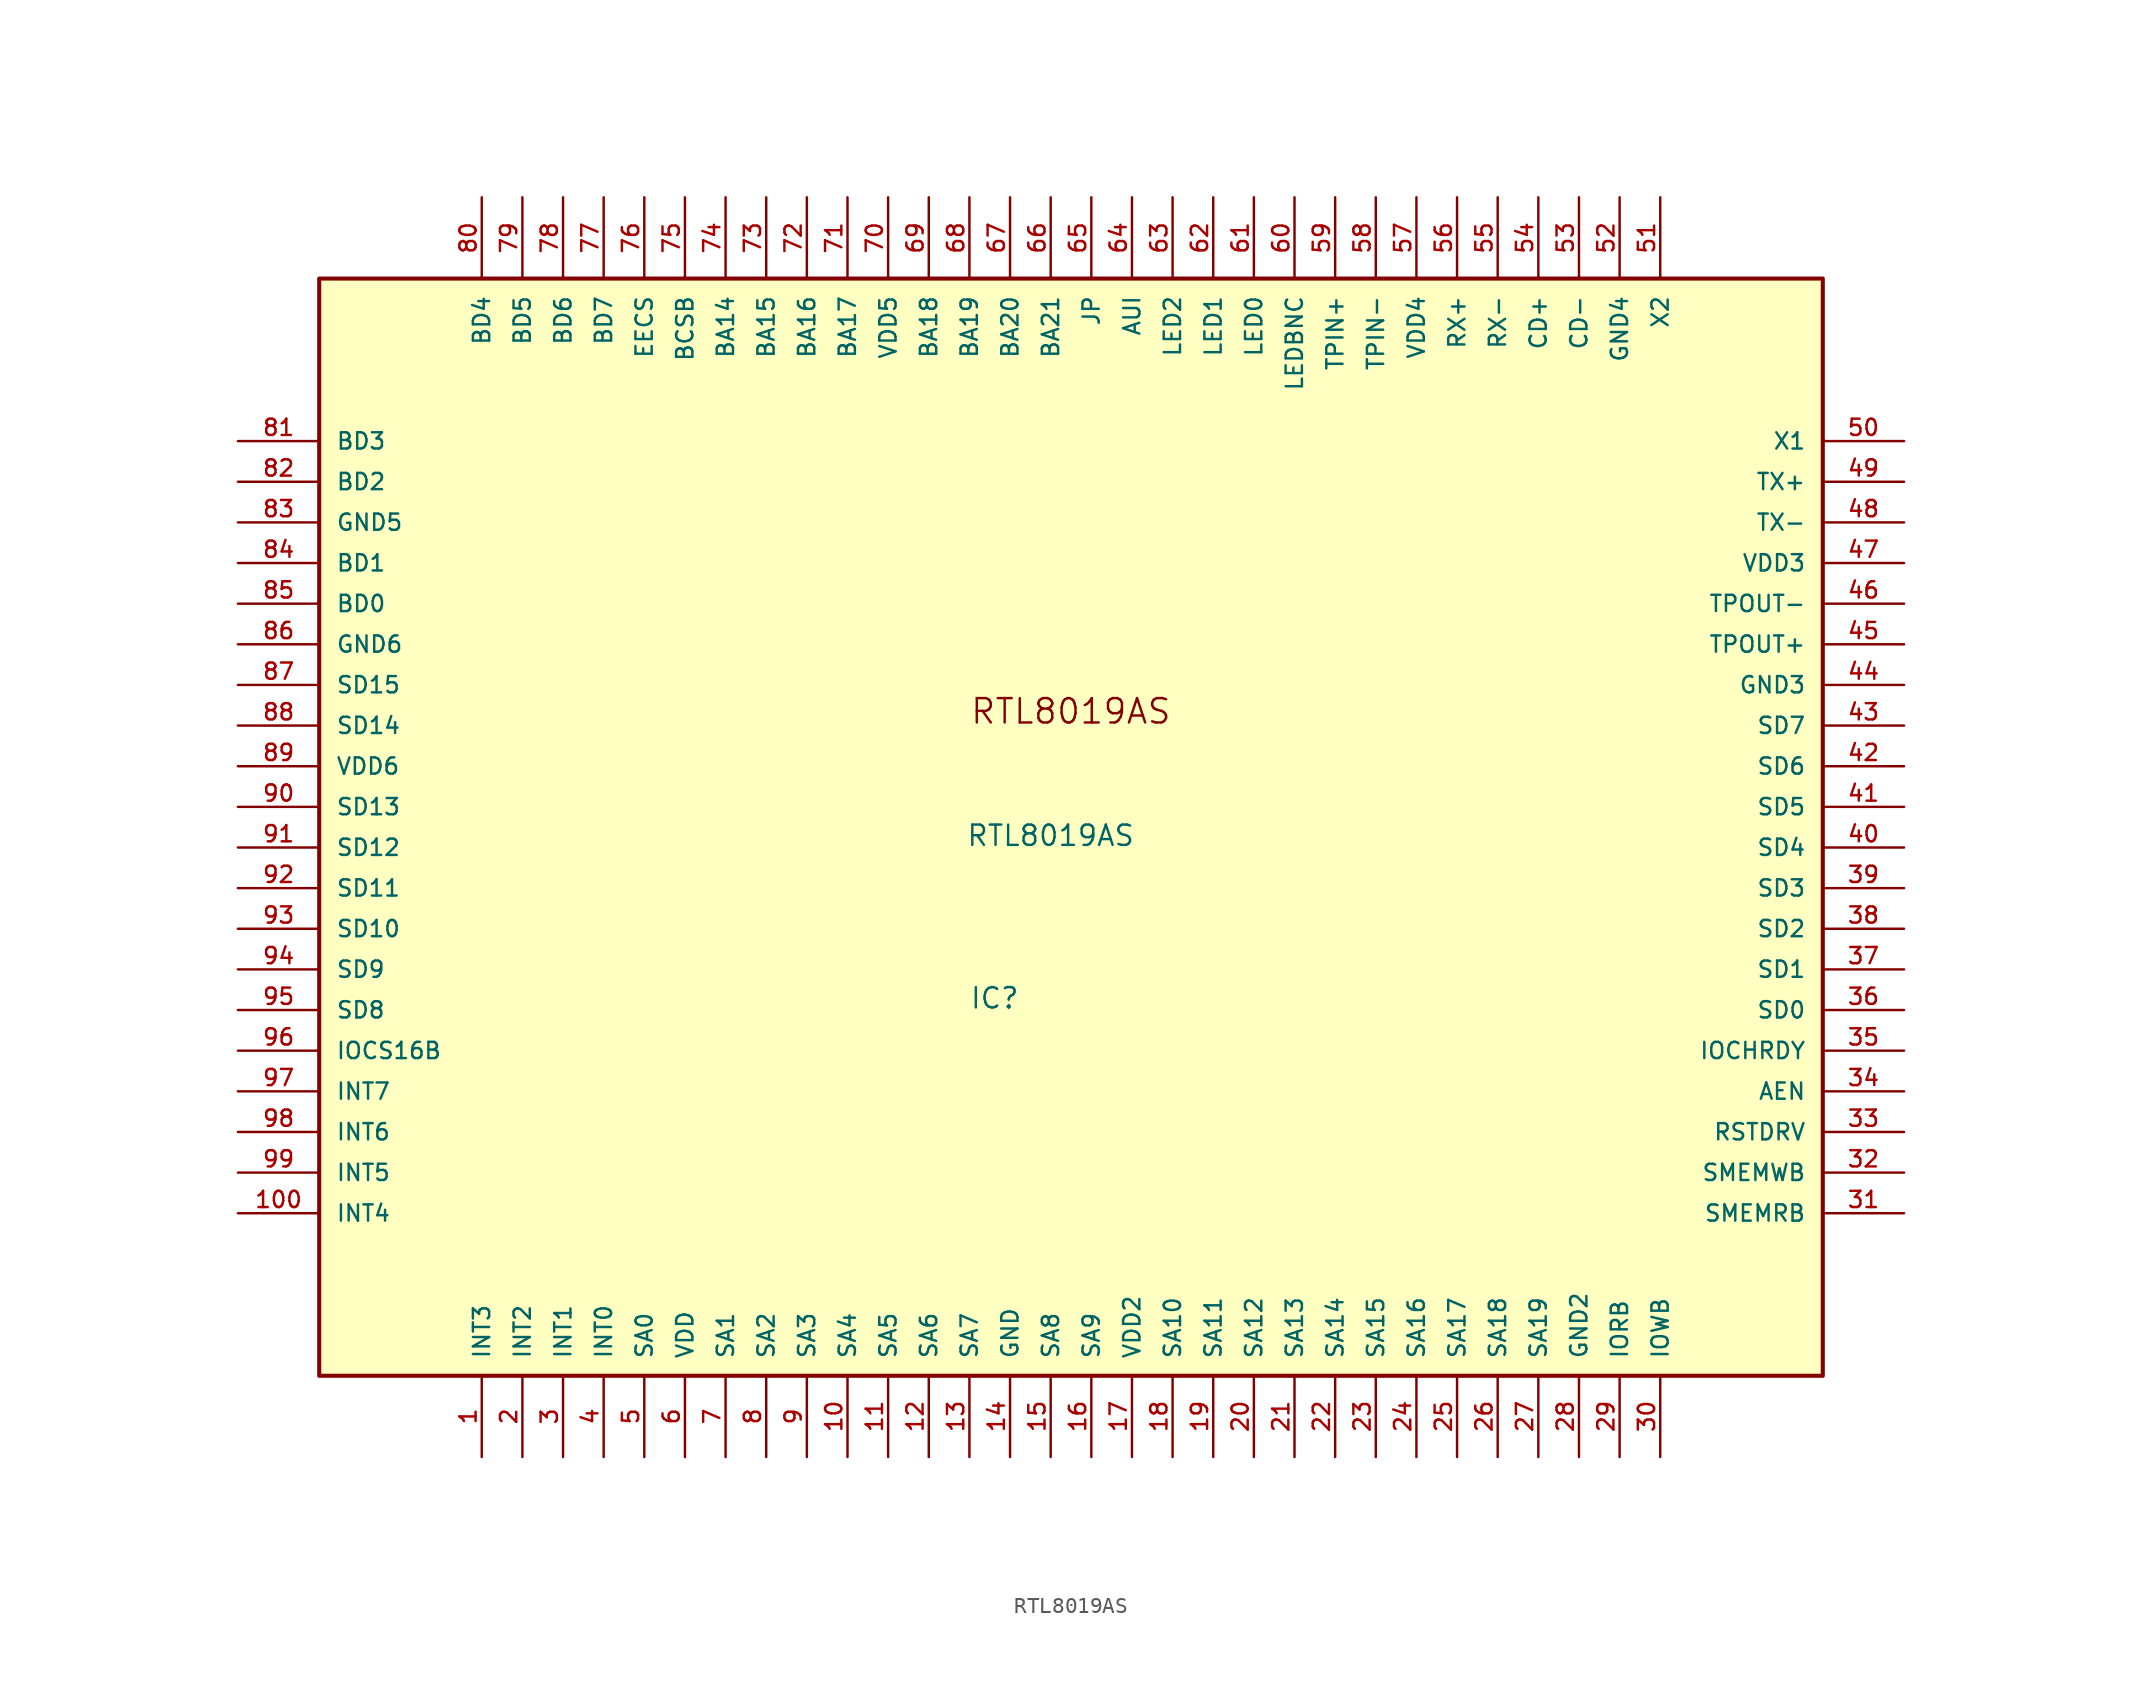
<source format=kicad_sym>
(kicad_symbol_lib
  (version 20211014)
  (generator kicad_symbol_editor)
  (symbol "RTL8019AS"
    (pin_names
      (offset 1.016))
    (property "Reference" "IC"
      (at -5.08 -10.16 0)
      (effects (font (size 1.27 1.27)) (justify bottom left)))
    (property "Value" "RTL8019AS"
      (at 0 0.0 0)
      (effects (font (size 1.27 1.27)) (justify bottom)))
    (symbol "RTL8019AS_0_0"
      (text "RTL8019AS" (at -5.08 7.62 0) (effects (font (size 1.524 1.524)) (justify bottom left)))
      (rectangle (start -45.72 -33.02) (end 48.26 35.56) (stroke (width 0.254)) (fill (type background)))
      (pin bidirectional line (at 53.34 -15.24 180.0) (length 5.08) (name "AEN" (effects (font (size 1.016 1.016)))) (number "34" (effects (font (size 1.016 1.016)))))
      (pin bidirectional line (at 5.08 40.64 270.0) (length 5.08) (name "AUI" (effects (font (size 1.016 1.016)))) (number "64" (effects (font (size 1.016 1.016)))))
      (pin bidirectional line (at -20.32 40.64 270.0) (length 5.08) (name "BA14" (effects (font (size 1.016 1.016)))) (number "74" (effects (font (size 1.016 1.016)))))
      (pin bidirectional line (at -17.78 40.64 270.0) (length 5.08) (name "BA15" (effects (font (size 1.016 1.016)))) (number "73" (effects (font (size 1.016 1.016)))))
      (pin bidirectional line (at -15.24 40.64 270.0) (length 5.08) (name "BA16" (effects (font (size 1.016 1.016)))) (number "72" (effects (font (size 1.016 1.016)))))
      (pin bidirectional line (at -12.7 40.64 270.0) (length 5.08) (name "BA17" (effects (font (size 1.016 1.016)))) (number "71" (effects (font (size 1.016 1.016)))))
      (pin bidirectional line (at -7.62 40.64 270.0) (length 5.08) (name "BA18" (effects (font (size 1.016 1.016)))) (number "69" (effects (font (size 1.016 1.016)))))
      (pin bidirectional line (at -5.08 40.64 270.0) (length 5.08) (name "BA19" (effects (font (size 1.016 1.016)))) (number "68" (effects (font (size 1.016 1.016)))))
      (pin bidirectional line (at -2.54 40.64 270.0) (length 5.08) (name "BA20" (effects (font (size 1.016 1.016)))) (number "67" (effects (font (size 1.016 1.016)))))
      (pin bidirectional line (at 0.0 40.64 270.0) (length 5.08) (name "BA21" (effects (font (size 1.016 1.016)))) (number "66" (effects (font (size 1.016 1.016)))))
      (pin bidirectional line (at -22.86 40.64 270.0) (length 5.08) (name "BCSB" (effects (font (size 1.016 1.016)))) (number "75" (effects (font (size 1.016 1.016)))))
      (pin bidirectional line (at -50.8 15.24 0) (length 5.08) (name "BD0" (effects (font (size 1.016 1.016)))) (number "85" (effects (font (size 1.016 1.016)))))
      (pin bidirectional line (at -50.8 17.78 0) (length 5.08) (name "BD1" (effects (font (size 1.016 1.016)))) (number "84" (effects (font (size 1.016 1.016)))))
      (pin bidirectional line (at -50.8 22.86 0) (length 5.08) (name "BD2" (effects (font (size 1.016 1.016)))) (number "82" (effects (font (size 1.016 1.016)))))
      (pin bidirectional line (at -50.8 25.4 0) (length 5.08) (name "BD3" (effects (font (size 1.016 1.016)))) (number "81" (effects (font (size 1.016 1.016)))))
      (pin bidirectional line (at -35.56 40.64 270.0) (length 5.08) (name "BD4" (effects (font (size 1.016 1.016)))) (number "80" (effects (font (size 1.016 1.016)))))
      (pin bidirectional line (at -33.02 40.64 270.0) (length 5.08) (name "BD5" (effects (font (size 1.016 1.016)))) (number "79" (effects (font (size 1.016 1.016)))))
      (pin bidirectional line (at -30.48 40.64 270.0) (length 5.08) (name "BD6" (effects (font (size 1.016 1.016)))) (number "78" (effects (font (size 1.016 1.016)))))
      (pin bidirectional line (at -27.94 40.64 270.0) (length 5.08) (name "BD7" (effects (font (size 1.016 1.016)))) (number "77" (effects (font (size 1.016 1.016)))))
      (pin bidirectional line (at 30.48 40.64 270.0) (length 5.08) (name "CD+" (effects (font (size 1.016 1.016)))) (number "54" (effects (font (size 1.016 1.016)))))
      (pin bidirectional line (at 33.02 40.64 270.0) (length 5.08) (name "CD-" (effects (font (size 1.016 1.016)))) (number "53" (effects (font (size 1.016 1.016)))))
      (pin bidirectional line (at -25.4 40.64 270.0) (length 5.08) (name "EECS" (effects (font (size 1.016 1.016)))) (number "76" (effects (font (size 1.016 1.016)))))
      (pin power_in line (at -2.54 -38.1 90.0) (length 5.08) (name "GND" (effects (font (size 1.016 1.016)))) (number "14" (effects (font (size 1.016 1.016)))))
      (pin power_in line (at 33.02 -38.1 90.0) (length 5.08) (name "GND2" (effects (font (size 1.016 1.016)))) (number "28" (effects (font (size 1.016 1.016)))))
      (pin power_in line (at 53.34 10.16 180.0) (length 5.08) (name "GND3" (effects (font (size 1.016 1.016)))) (number "44" (effects (font (size 1.016 1.016)))))
      (pin power_in line (at 35.56 40.64 270.0) (length 5.08) (name "GND4" (effects (font (size 1.016 1.016)))) (number "52" (effects (font (size 1.016 1.016)))))
      (pin power_in line (at -50.8 20.32 0) (length 5.08) (name "GND5" (effects (font (size 1.016 1.016)))) (number "83" (effects (font (size 1.016 1.016)))))
      (pin power_in line (at -50.8 12.7 0) (length 5.08) (name "GND6" (effects (font (size 1.016 1.016)))) (number "86" (effects (font (size 1.016 1.016)))))
      (pin bidirectional line (at -27.94 -38.1 90.0) (length 5.08) (name "INT0" (effects (font (size 1.016 1.016)))) (number "4" (effects (font (size 1.016 1.016)))))
      (pin bidirectional line (at -30.48 -38.1 90.0) (length 5.08) (name "INT1" (effects (font (size 1.016 1.016)))) (number "3" (effects (font (size 1.016 1.016)))))
      (pin bidirectional line (at -33.02 -38.1 90.0) (length 5.08) (name "INT2" (effects (font (size 1.016 1.016)))) (number "2" (effects (font (size 1.016 1.016)))))
      (pin bidirectional line (at -35.56 -38.1 90.0) (length 5.08) (name "INT3" (effects (font (size 1.016 1.016)))) (number "1" (effects (font (size 1.016 1.016)))))
      (pin bidirectional line (at -50.8 -22.86 0) (length 5.08) (name "INT4" (effects (font (size 1.016 1.016)))) (number "100" (effects (font (size 1.016 1.016)))))
      (pin bidirectional line (at -50.8 -20.32 0) (length 5.08) (name "INT5" (effects (font (size 1.016 1.016)))) (number "99" (effects (font (size 1.016 1.016)))))
      (pin bidirectional line (at -50.8 -17.78 0) (length 5.08) (name "INT6" (effects (font (size 1.016 1.016)))) (number "98" (effects (font (size 1.016 1.016)))))
      (pin bidirectional line (at -50.8 -15.24 0) (length 5.08) (name "INT7" (effects (font (size 1.016 1.016)))) (number "97" (effects (font (size 1.016 1.016)))))
      (pin bidirectional line (at 53.34 -12.7 180.0) (length 5.08) (name "IOCHRDY" (effects (font (size 1.016 1.016)))) (number "35" (effects (font (size 1.016 1.016)))))
      (pin bidirectional line (at -50.8 -12.7 0) (length 5.08) (name "IOCS16B" (effects (font (size 1.016 1.016)))) (number "96" (effects (font (size 1.016 1.016)))))
      (pin bidirectional line (at 35.56 -38.1 90.0) (length 5.08) (name "IORB" (effects (font (size 1.016 1.016)))) (number "29" (effects (font (size 1.016 1.016)))))
      (pin bidirectional line (at 38.1 -38.1 90.0) (length 5.08) (name "IOWB" (effects (font (size 1.016 1.016)))) (number "30" (effects (font (size 1.016 1.016)))))
      (pin bidirectional line (at 2.54 40.64 270.0) (length 5.08) (name "JP" (effects (font (size 1.016 1.016)))) (number "65" (effects (font (size 1.016 1.016)))))
      (pin bidirectional line (at 12.7 40.64 270.0) (length 5.08) (name "LED0" (effects (font (size 1.016 1.016)))) (number "61" (effects (font (size 1.016 1.016)))))
      (pin bidirectional line (at 10.16 40.64 270.0) (length 5.08) (name "LED1" (effects (font (size 1.016 1.016)))) (number "62" (effects (font (size 1.016 1.016)))))
      (pin bidirectional line (at 7.62 40.64 270.0) (length 5.08) (name "LED2" (effects (font (size 1.016 1.016)))) (number "63" (effects (font (size 1.016 1.016)))))
      (pin bidirectional line (at 15.24 40.64 270.0) (length 5.08) (name "LEDBNC" (effects (font (size 1.016 1.016)))) (number "60" (effects (font (size 1.016 1.016)))))
      (pin bidirectional line (at 53.34 -17.78 180.0) (length 5.08) (name "RSTDRV" (effects (font (size 1.016 1.016)))) (number "33" (effects (font (size 1.016 1.016)))))
      (pin bidirectional line (at 25.4 40.64 270.0) (length 5.08) (name "RX+" (effects (font (size 1.016 1.016)))) (number "56" (effects (font (size 1.016 1.016)))))
      (pin bidirectional line (at 27.94 40.64 270.0) (length 5.08) (name "RX-" (effects (font (size 1.016 1.016)))) (number "55" (effects (font (size 1.016 1.016)))))
      (pin bidirectional line (at -25.4 -38.1 90.0) (length 5.08) (name "SA0" (effects (font (size 1.016 1.016)))) (number "5" (effects (font (size 1.016 1.016)))))
      (pin bidirectional line (at -20.32 -38.1 90.0) (length 5.08) (name "SA1" (effects (font (size 1.016 1.016)))) (number "7" (effects (font (size 1.016 1.016)))))
      (pin bidirectional line (at -17.78 -38.1 90.0) (length 5.08) (name "SA2" (effects (font (size 1.016 1.016)))) (number "8" (effects (font (size 1.016 1.016)))))
      (pin bidirectional line (at -15.24 -38.1 90.0) (length 5.08) (name "SA3" (effects (font (size 1.016 1.016)))) (number "9" (effects (font (size 1.016 1.016)))))
      (pin bidirectional line (at -12.7 -38.1 90.0) (length 5.08) (name "SA4" (effects (font (size 1.016 1.016)))) (number "10" (effects (font (size 1.016 1.016)))))
      (pin bidirectional line (at -10.16 -38.1 90.0) (length 5.08) (name "SA5" (effects (font (size 1.016 1.016)))) (number "11" (effects (font (size 1.016 1.016)))))
      (pin bidirectional line (at -7.62 -38.1 90.0) (length 5.08) (name "SA6" (effects (font (size 1.016 1.016)))) (number "12" (effects (font (size 1.016 1.016)))))
      (pin bidirectional line (at -5.08 -38.1 90.0) (length 5.08) (name "SA7" (effects (font (size 1.016 1.016)))) (number "13" (effects (font (size 1.016 1.016)))))
      (pin bidirectional line (at 0.0 -38.1 90.0) (length 5.08) (name "SA8" (effects (font (size 1.016 1.016)))) (number "15" (effects (font (size 1.016 1.016)))))
      (pin bidirectional line (at 2.54 -38.1 90.0) (length 5.08) (name "SA9" (effects (font (size 1.016 1.016)))) (number "16" (effects (font (size 1.016 1.016)))))
      (pin bidirectional line (at 7.62 -38.1 90.0) (length 5.08) (name "SA10" (effects (font (size 1.016 1.016)))) (number "18" (effects (font (size 1.016 1.016)))))
      (pin bidirectional line (at 10.16 -38.1 90.0) (length 5.08) (name "SA11" (effects (font (size 1.016 1.016)))) (number "19" (effects (font (size 1.016 1.016)))))
      (pin bidirectional line (at 12.7 -38.1 90.0) (length 5.08) (name "SA12" (effects (font (size 1.016 1.016)))) (number "20" (effects (font (size 1.016 1.016)))))
      (pin bidirectional line (at 15.24 -38.1 90.0) (length 5.08) (name "SA13" (effects (font (size 1.016 1.016)))) (number "21" (effects (font (size 1.016 1.016)))))
      (pin bidirectional line (at 17.78 -38.1 90.0) (length 5.08) (name "SA14" (effects (font (size 1.016 1.016)))) (number "22" (effects (font (size 1.016 1.016)))))
      (pin bidirectional line (at 20.32 -38.1 90.0) (length 5.08) (name "SA15" (effects (font (size 1.016 1.016)))) (number "23" (effects (font (size 1.016 1.016)))))
      (pin bidirectional line (at 22.86 -38.1 90.0) (length 5.08) (name "SA16" (effects (font (size 1.016 1.016)))) (number "24" (effects (font (size 1.016 1.016)))))
      (pin bidirectional line (at 25.4 -38.1 90.0) (length 5.08) (name "SA17" (effects (font (size 1.016 1.016)))) (number "25" (effects (font (size 1.016 1.016)))))
      (pin bidirectional line (at 27.94 -38.1 90.0) (length 5.08) (name "SA18" (effects (font (size 1.016 1.016)))) (number "26" (effects (font (size 1.016 1.016)))))
      (pin bidirectional line (at 30.48 -38.1 90.0) (length 5.08) (name "SA19" (effects (font (size 1.016 1.016)))) (number "27" (effects (font (size 1.016 1.016)))))
      (pin bidirectional line (at 53.34 -10.16 180.0) (length 5.08) (name "SD0" (effects (font (size 1.016 1.016)))) (number "36" (effects (font (size 1.016 1.016)))))
      (pin bidirectional line (at 53.34 -7.62 180.0) (length 5.08) (name "SD1" (effects (font (size 1.016 1.016)))) (number "37" (effects (font (size 1.016 1.016)))))
      (pin bidirectional line (at 53.34 -5.08 180.0) (length 5.08) (name "SD2" (effects (font (size 1.016 1.016)))) (number "38" (effects (font (size 1.016 1.016)))))
      (pin bidirectional line (at 53.34 -2.54 180.0) (length 5.08) (name "SD3" (effects (font (size 1.016 1.016)))) (number "39" (effects (font (size 1.016 1.016)))))
      (pin bidirectional line (at 53.34 0.0 180.0) (length 5.08) (name "SD4" (effects (font (size 1.016 1.016)))) (number "40" (effects (font (size 1.016 1.016)))))
      (pin bidirectional line (at 53.34 2.54 180.0) (length 5.08) (name "SD5" (effects (font (size 1.016 1.016)))) (number "41" (effects (font (size 1.016 1.016)))))
      (pin bidirectional line (at 53.34 5.08 180.0) (length 5.08) (name "SD6" (effects (font (size 1.016 1.016)))) (number "42" (effects (font (size 1.016 1.016)))))
      (pin bidirectional line (at 53.34 7.62 180.0) (length 5.08) (name "SD7" (effects (font (size 1.016 1.016)))) (number "43" (effects (font (size 1.016 1.016)))))
      (pin bidirectional line (at -50.8 -10.16 0) (length 5.08) (name "SD8" (effects (font (size 1.016 1.016)))) (number "95" (effects (font (size 1.016 1.016)))))
      (pin bidirectional line (at -50.8 -7.62 0) (length 5.08) (name "SD9" (effects (font (size 1.016 1.016)))) (number "94" (effects (font (size 1.016 1.016)))))
      (pin bidirectional line (at -50.8 -5.08 0) (length 5.08) (name "SD10" (effects (font (size 1.016 1.016)))) (number "93" (effects (font (size 1.016 1.016)))))
      (pin bidirectional line (at -50.8 -2.54 0) (length 5.08) (name "SD11" (effects (font (size 1.016 1.016)))) (number "92" (effects (font (size 1.016 1.016)))))
      (pin bidirectional line (at -50.8 0.0 0) (length 5.08) (name "SD12" (effects (font (size 1.016 1.016)))) (number "91" (effects (font (size 1.016 1.016)))))
      (pin bidirectional line (at -50.8 2.54 0) (length 5.08) (name "SD13" (effects (font (size 1.016 1.016)))) (number "90" (effects (font (size 1.016 1.016)))))
      (pin bidirectional line (at -50.8 7.62 0) (length 5.08) (name "SD14" (effects (font (size 1.016 1.016)))) (number "88" (effects (font (size 1.016 1.016)))))
      (pin bidirectional line (at -50.8 10.16 0) (length 5.08) (name "SD15" (effects (font (size 1.016 1.016)))) (number "87" (effects (font (size 1.016 1.016)))))
      (pin bidirectional line (at 53.34 -22.86 180.0) (length 5.08) (name "SMEMRB" (effects (font (size 1.016 1.016)))) (number "31" (effects (font (size 1.016 1.016)))))
      (pin bidirectional line (at 53.34 -20.32 180.0) (length 5.08) (name "SMEMWB" (effects (font (size 1.016 1.016)))) (number "32" (effects (font (size 1.016 1.016)))))
      (pin bidirectional line (at 17.78 40.64 270.0) (length 5.08) (name "TPIN+" (effects (font (size 1.016 1.016)))) (number "59" (effects (font (size 1.016 1.016)))))
      (pin bidirectional line (at 20.32 40.64 270.0) (length 5.08) (name "TPIN-" (effects (font (size 1.016 1.016)))) (number "58" (effects (font (size 1.016 1.016)))))
      (pin bidirectional line (at 53.34 12.7 180.0) (length 5.08) (name "TPOUT+" (effects (font (size 1.016 1.016)))) (number "45" (effects (font (size 1.016 1.016)))))
      (pin bidirectional line (at 53.34 15.24 180.0) (length 5.08) (name "TPOUT-" (effects (font (size 1.016 1.016)))) (number "46" (effects (font (size 1.016 1.016)))))
      (pin bidirectional line (at 53.34 22.86 180.0) (length 5.08) (name "TX+" (effects (font (size 1.016 1.016)))) (number "49" (effects (font (size 1.016 1.016)))))
      (pin bidirectional line (at 53.34 20.32 180.0) (length 5.08) (name "TX-" (effects (font (size 1.016 1.016)))) (number "48" (effects (font (size 1.016 1.016)))))
      (pin power_in line (at -22.86 -38.1 90.0) (length 5.08) (name "VDD" (effects (font (size 1.016 1.016)))) (number "6" (effects (font (size 1.016 1.016)))))
      (pin power_in line (at 5.08 -38.1 90.0) (length 5.08) (name "VDD2" (effects (font (size 1.016 1.016)))) (number "17" (effects (font (size 1.016 1.016)))))
      (pin power_in line (at 53.34 17.78 180.0) (length 5.08) (name "VDD3" (effects (font (size 1.016 1.016)))) (number "47" (effects (font (size 1.016 1.016)))))
      (pin power_in line (at 22.86 40.64 270.0) (length 5.08) (name "VDD4" (effects (font (size 1.016 1.016)))) (number "57" (effects (font (size 1.016 1.016)))))
      (pin power_in line (at -10.16 40.64 270.0) (length 5.08) (name "VDD5" (effects (font (size 1.016 1.016)))) (number "70" (effects (font (size 1.016 1.016)))))
      (pin power_in line (at -50.8 5.08 0) (length 5.08) (name "VDD6" (effects (font (size 1.016 1.016)))) (number "89" (effects (font (size 1.016 1.016)))))
      (pin bidirectional line (at 53.34 25.4 180.0) (length 5.08) (name "X1" (effects (font (size 1.016 1.016)))) (number "50" (effects (font (size 1.016 1.016)))))
      (pin bidirectional line (at 38.1 40.64 270.0) (length 5.08) (name "X2" (effects (font (size 1.016 1.016)))) (number "51" (effects (font (size 1.016 1.016))))))))
</source>
